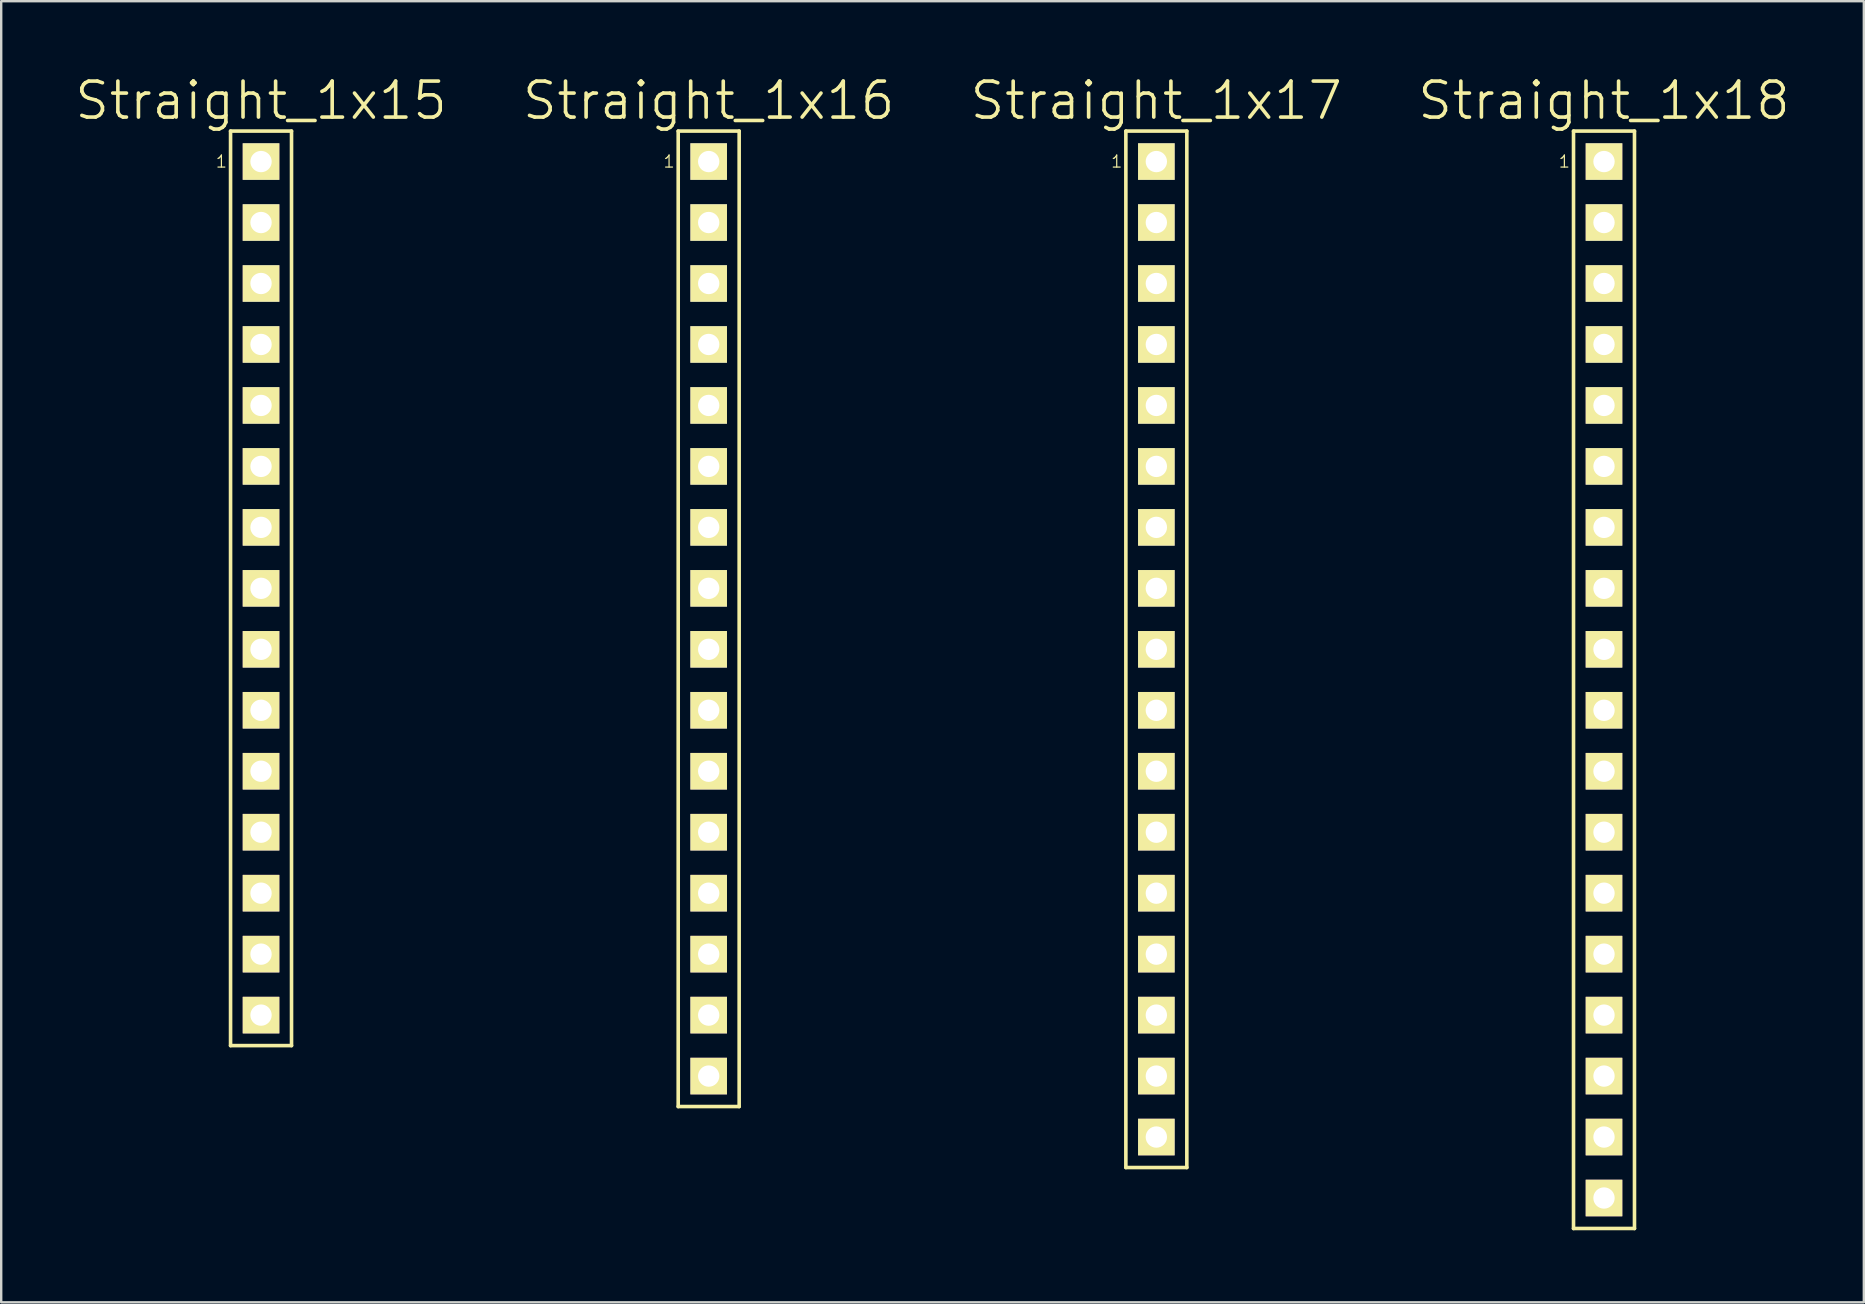
<source format=kicad_pcb>
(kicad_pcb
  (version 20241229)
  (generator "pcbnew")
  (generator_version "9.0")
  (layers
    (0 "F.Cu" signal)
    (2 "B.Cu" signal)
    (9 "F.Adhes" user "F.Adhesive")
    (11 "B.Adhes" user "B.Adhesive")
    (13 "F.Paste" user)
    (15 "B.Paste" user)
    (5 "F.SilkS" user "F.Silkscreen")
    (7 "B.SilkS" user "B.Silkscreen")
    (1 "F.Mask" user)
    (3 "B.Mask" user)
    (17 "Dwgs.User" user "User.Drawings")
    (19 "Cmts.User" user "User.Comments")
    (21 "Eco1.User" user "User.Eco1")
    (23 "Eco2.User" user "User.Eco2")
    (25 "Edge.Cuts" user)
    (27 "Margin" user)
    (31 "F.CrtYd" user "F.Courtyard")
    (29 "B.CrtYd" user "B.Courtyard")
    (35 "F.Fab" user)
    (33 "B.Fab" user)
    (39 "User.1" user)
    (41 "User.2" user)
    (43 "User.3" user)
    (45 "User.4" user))
  (footprint "Straight_1x18"
    (layer "F.Cu")
    (at 63.775 25.271)
    (property "Reference" "Straight_1x18" (at 0 -24.13 0) (layer "F.SilkS") (effects (font (size 1.5 1.5) (thickness 0.15))))
    (attr through_hole)
    (fp_line (start -1.27 -22.86) (end 1.27 -22.86) (stroke (width 0.15) (type solid)) (layer "F.SilkS"))
    (fp_line (start -1.27 22.86) (end -1.27 -22.86) (stroke (width 0.15) (type solid)) (layer "F.SilkS"))
    (fp_line (start 1.27 -22.86) (end 1.27 22.86) (stroke (width 0.15) (type solid)) (layer "F.SilkS"))
    (fp_line (start 1.27 22.86) (end -1.27 22.86) (stroke (width 0.15) (type solid)) (layer "F.SilkS"))
    (fp_text user "1" (at -1.651 -21.59 0) (layer "F.SilkS") (effects (font (size 0.5 0.5) (thickness 0.05))))
    (pad "1" thru_hole rect (at 0 -21.59) (size 1.524 1.524) (drill 0.889) (layers "*.Cu" "*.Mask" "F.SilkS"))
    (pad "2" thru_hole rect (at 0 -19.05) (size 1.524 1.524) (drill 0.889) (layers "*.Cu" "*.Mask" "F.SilkS"))
    (pad "3" thru_hole rect (at 0 -16.51) (size 1.524 1.524) (drill 0.889) (layers "*.Cu" "*.Mask" "F.SilkS"))
    (pad "4" thru_hole rect (at 0 -13.97) (size 1.524 1.524) (drill 0.889) (layers "*.Cu" "*.Mask" "F.SilkS"))
    (pad "5" thru_hole rect (at 0 -11.43) (size 1.524 1.524) (drill 0.889) (layers "*.Cu" "*.Mask" "F.SilkS"))
    (pad "6" thru_hole rect (at 0 -8.89) (size 1.524 1.524) (drill 0.889) (layers "*.Cu" "*.Mask" "F.SilkS"))
    (pad "7" thru_hole rect (at 0 -6.35) (size 1.524 1.524) (drill 0.889) (layers "*.Cu" "*.Mask" "F.SilkS"))
    (pad "8" thru_hole rect (at 0 -3.81) (size 1.524 1.524) (drill 0.889) (layers "*.Cu" "*.Mask" "F.SilkS"))
    (pad "9" thru_hole rect (at 0 -1.27) (size 1.524 1.524) (drill 0.889) (layers "*.Cu" "*.Mask" "F.SilkS"))
    (pad "10" thru_hole rect (at 0 1.27) (size 1.524 1.524) (drill 0.889) (layers "*.Cu" "*.Mask" "F.SilkS"))
    (pad "11" thru_hole rect (at 0 3.81) (size 1.524 1.524) (drill 0.889) (layers "*.Cu" "*.Mask" "F.SilkS"))
    (pad "12" thru_hole rect (at 0 6.35) (size 1.524 1.524) (drill 0.889) (layers "*.Cu" "*.Mask" "F.SilkS"))
    (pad "13" thru_hole rect (at 0 8.89) (size 1.524 1.524) (drill 0.889) (layers "*.Cu" "*.Mask" "F.SilkS"))
    (pad "14" thru_hole rect (at 0 11.43) (size 1.524 1.524) (drill 0.889) (layers "*.Cu" "*.Mask" "F.SilkS"))
    (pad "15" thru_hole rect (at 0 13.97) (size 1.524 1.524) (drill 0.889) (layers "*.Cu" "*.Mask" "F.SilkS"))
    (pad "16" thru_hole rect (at 0 16.51) (size 1.524 1.524) (drill 0.889) (layers "*.Cu" "*.Mask" "F.SilkS"))
    (pad "17" thru_hole rect (at 0 19.05) (size 1.524 1.524) (drill 0.889) (layers "*.Cu" "*.Mask" "F.SilkS"))
    (pad "18" thru_hole rect (at 0 21.59) (size 1.524 1.524) (drill 0.889) (layers "*.Cu" "*.Mask" "F.SilkS")))
  (footprint "Straight_1x15"
    (layer "F.Cu")
    (at 7.825 21.461)
    (property "Reference" "Straight_1x15" (at 0 -20.32 0) (layer "F.SilkS") (effects (font (size 1.5 1.5) (thickness 0.15))))
    (attr through_hole)
    (fp_line (start -1.27 -19.05) (end 1.27 -19.05) (stroke (width 0.15) (type solid)) (layer "F.SilkS"))
    (fp_line (start -1.27 19.05) (end -1.27 -19.05) (stroke (width 0.15) (type solid)) (layer "F.SilkS"))
    (fp_line (start 1.27 -19.05) (end 1.27 19.05) (stroke (width 0.15) (type solid)) (layer "F.SilkS"))
    (fp_line (start 1.27 19.05) (end -1.27 19.05) (stroke (width 0.15) (type solid)) (layer "F.SilkS"))
    (fp_text user "1" (at -1.651 -17.78 0) (layer "F.SilkS") (effects (font (size 0.5 0.5) (thickness 0.05))))
    (pad "1" thru_hole rect (at 0 -17.78) (size 1.524 1.524) (drill 0.889) (layers "*.Cu" "*.Mask" "F.SilkS"))
    (pad "2" thru_hole rect (at 0 -15.24) (size 1.524 1.524) (drill 0.889) (layers "*.Cu" "*.Mask" "F.SilkS"))
    (pad "3" thru_hole rect (at 0 -12.7) (size 1.524 1.524) (drill 0.889) (layers "*.Cu" "*.Mask" "F.SilkS"))
    (pad "4" thru_hole rect (at 0 -10.16) (size 1.524 1.524) (drill 0.889) (layers "*.Cu" "*.Mask" "F.SilkS"))
    (pad "5" thru_hole rect (at 0 -7.62) (size 1.524 1.524) (drill 0.889) (layers "*.Cu" "*.Mask" "F.SilkS"))
    (pad "6" thru_hole rect (at 0 -5.08) (size 1.524 1.524) (drill 0.889) (layers "*.Cu" "*.Mask" "F.SilkS"))
    (pad "7" thru_hole rect (at 0 -2.54) (size 1.524 1.524) (drill 0.889) (layers "*.Cu" "*.Mask" "F.SilkS"))
    (pad "8" thru_hole rect (at 0 0) (size 1.524 1.524) (drill 0.889) (layers "*.Cu" "*.Mask" "F.SilkS"))
    (pad "9" thru_hole rect (at 0 2.54) (size 1.524 1.524) (drill 0.889) (layers "*.Cu" "*.Mask" "F.SilkS"))
    (pad "10" thru_hole rect (at 0 5.08) (size 1.524 1.524) (drill 0.889) (layers "*.Cu" "*.Mask" "F.SilkS"))
    (pad "11" thru_hole rect (at 0 7.62) (size 1.524 1.524) (drill 0.889) (layers "*.Cu" "*.Mask" "F.SilkS"))
    (pad "12" thru_hole rect (at 0 10.16) (size 1.524 1.524) (drill 0.889) (layers "*.Cu" "*.Mask" "F.SilkS"))
    (pad "13" thru_hole rect (at 0 12.7) (size 1.524 1.524) (drill 0.889) (layers "*.Cu" "*.Mask" "F.SilkS"))
    (pad "14" thru_hole rect (at 0 15.24) (size 1.524 1.524) (drill 0.889) (layers "*.Cu" "*.Mask" "F.SilkS"))
    (pad "15" thru_hole rect (at 0 17.78) (size 1.524 1.524) (drill 0.889) (layers "*.Cu" "*.Mask" "F.SilkS")))
  (footprint "Straight_1x17"
    (layer "F.Cu")
    (at 45.125 24.001)
    (property "Reference" "Straight_1x17" (at 0 -22.86 0) (layer "F.SilkS") (effects (font (size 1.5 1.5) (thickness 0.15))))
    (attr through_hole)
    (fp_line (start -1.27 -21.59) (end 1.27 -21.59) (stroke (width 0.15) (type solid)) (layer "F.SilkS"))
    (fp_line (start -1.27 21.59) (end -1.27 -21.59) (stroke (width 0.15) (type solid)) (layer "F.SilkS"))
    (fp_line (start 1.27 -21.59) (end 1.27 21.59) (stroke (width 0.15) (type solid)) (layer "F.SilkS"))
    (fp_line (start 1.27 21.59) (end -1.27 21.59) (stroke (width 0.15) (type solid)) (layer "F.SilkS"))
    (fp_text user "1" (at -1.651 -20.32 0) (layer "F.SilkS") (effects (font (size 0.5 0.5) (thickness 0.05))))
    (pad "1" thru_hole rect (at 0 -20.32) (size 1.524 1.524) (drill 0.889) (layers "*.Cu" "*.Mask" "F.SilkS"))
    (pad "2" thru_hole rect (at 0 -17.78) (size 1.524 1.524) (drill 0.889) (layers "*.Cu" "*.Mask" "F.SilkS"))
    (pad "3" thru_hole rect (at 0 -15.24) (size 1.524 1.524) (drill 0.889) (layers "*.Cu" "*.Mask" "F.SilkS"))
    (pad "4" thru_hole rect (at 0 -12.7) (size 1.524 1.524) (drill 0.889) (layers "*.Cu" "*.Mask" "F.SilkS"))
    (pad "5" thru_hole rect (at 0 -10.16) (size 1.524 1.524) (drill 0.889) (layers "*.Cu" "*.Mask" "F.SilkS"))
    (pad "6" thru_hole rect (at 0 -7.62) (size 1.524 1.524) (drill 0.889) (layers "*.Cu" "*.Mask" "F.SilkS"))
    (pad "7" thru_hole rect (at 0 -5.08) (size 1.524 1.524) (drill 0.889) (layers "*.Cu" "*.Mask" "F.SilkS"))
    (pad "8" thru_hole rect (at 0 -2.54) (size 1.524 1.524) (drill 0.889) (layers "*.Cu" "*.Mask" "F.SilkS"))
    (pad "9" thru_hole rect (at 0 0) (size 1.524 1.524) (drill 0.889) (layers "*.Cu" "*.Mask" "F.SilkS"))
    (pad "10" thru_hole rect (at 0 2.54) (size 1.524 1.524) (drill 0.889) (layers "*.Cu" "*.Mask" "F.SilkS"))
    (pad "11" thru_hole rect (at 0 5.08) (size 1.524 1.524) (drill 0.889) (layers "*.Cu" "*.Mask" "F.SilkS"))
    (pad "12" thru_hole rect (at 0 7.62) (size 1.524 1.524) (drill 0.889) (layers "*.Cu" "*.Mask" "F.SilkS"))
    (pad "13" thru_hole rect (at 0 10.16) (size 1.524 1.524) (drill 0.889) (layers "*.Cu" "*.Mask" "F.SilkS"))
    (pad "14" thru_hole rect (at 0 12.7) (size 1.524 1.524) (drill 0.889) (layers "*.Cu" "*.Mask" "F.SilkS"))
    (pad "15" thru_hole rect (at 0 15.24) (size 1.524 1.524) (drill 0.889) (layers "*.Cu" "*.Mask" "F.SilkS"))
    (pad "16" thru_hole rect (at 0 17.78) (size 1.524 1.524) (drill 0.889) (layers "*.Cu" "*.Mask" "F.SilkS"))
    (pad "17" thru_hole rect (at 0 20.32) (size 1.524 1.524) (drill 0.889) (layers "*.Cu" "*.Mask" "F.SilkS")))
  (footprint "Straight_1x16"
    (layer "F.Cu")
    (at 26.475 22.731)
    (property "Reference" "Straight_1x16" (at 0 -21.59 0) (layer "F.SilkS") (effects (font (size 1.5 1.5) (thickness 0.15))))
    (attr through_hole)
    (fp_line (start -1.27 -20.32) (end 1.27 -20.32) (stroke (width 0.15) (type solid)) (layer "F.SilkS"))
    (fp_line (start -1.27 20.32) (end -1.27 -20.32) (stroke (width 0.15) (type solid)) (layer "F.SilkS"))
    (fp_line (start 1.27 -20.32) (end 1.27 20.32) (stroke (width 0.15) (type solid)) (layer "F.SilkS"))
    (fp_line (start 1.27 20.32) (end -1.27 20.32) (stroke (width 0.15) (type solid)) (layer "F.SilkS"))
    (fp_text user "1" (at -1.651 -19.05 0) (layer "F.SilkS") (effects (font (size 0.5 0.5) (thickness 0.05))))
    (pad "1" thru_hole rect (at 0 -19.05) (size 1.524 1.524) (drill 0.889) (layers "*.Cu" "*.Mask" "F.SilkS"))
    (pad "2" thru_hole rect (at 0 -16.51) (size 1.524 1.524) (drill 0.889) (layers "*.Cu" "*.Mask" "F.SilkS"))
    (pad "3" thru_hole rect (at 0 -13.97) (size 1.524 1.524) (drill 0.889) (layers "*.Cu" "*.Mask" "F.SilkS"))
    (pad "4" thru_hole rect (at 0 -11.43) (size 1.524 1.524) (drill 0.889) (layers "*.Cu" "*.Mask" "F.SilkS"))
    (pad "5" thru_hole rect (at 0 -8.89) (size 1.524 1.524) (drill 0.889) (layers "*.Cu" "*.Mask" "F.SilkS"))
    (pad "6" thru_hole rect (at 0 -6.35) (size 1.524 1.524) (drill 0.889) (layers "*.Cu" "*.Mask" "F.SilkS"))
    (pad "7" thru_hole rect (at 0 -3.81) (size 1.524 1.524) (drill 0.889) (layers "*.Cu" "*.Mask" "F.SilkS"))
    (pad "8" thru_hole rect (at 0 -1.27) (size 1.524 1.524) (drill 0.889) (layers "*.Cu" "*.Mask" "F.SilkS"))
    (pad "9" thru_hole rect (at 0 1.27) (size 1.524 1.524) (drill 0.889) (layers "*.Cu" "*.Mask" "F.SilkS"))
    (pad "10" thru_hole rect (at 0 3.81) (size 1.524 1.524) (drill 0.889) (layers "*.Cu" "*.Mask" "F.SilkS"))
    (pad "11" thru_hole rect (at 0 6.35) (size 1.524 1.524) (drill 0.889) (layers "*.Cu" "*.Mask" "F.SilkS"))
    (pad "12" thru_hole rect (at 0 8.89) (size 1.524 1.524) (drill 0.889) (layers "*.Cu" "*.Mask" "F.SilkS"))
    (pad "13" thru_hole rect (at 0 11.43) (size 1.524 1.524) (drill 0.889) (layers "*.Cu" "*.Mask" "F.SilkS"))
    (pad "14" thru_hole rect (at 0 13.97) (size 1.524 1.524) (drill 0.889) (layers "*.Cu" "*.Mask" "F.SilkS"))
    (pad "15" thru_hole rect (at 0 16.51) (size 1.524 1.524) (drill 0.889) (layers "*.Cu" "*.Mask" "F.SilkS"))
    (pad "16" thru_hole rect (at 0 19.05) (size 1.524 1.524) (drill 0.889) (layers "*.Cu" "*.Mask" "F.SilkS")))
  (gr_rect
    (start -3 -3)
    (end 74.6 51.206)
    (stroke (width 0.1) (type default))
    (fill no)
    (layer "Edge.Cuts")))
</source>
